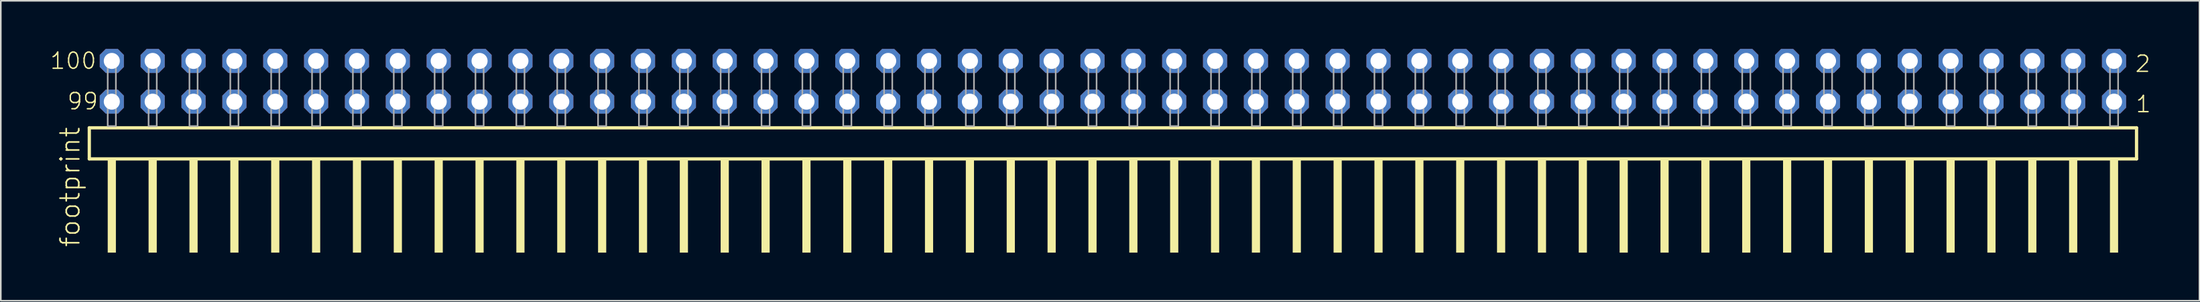
<source format=kicad_pcb>
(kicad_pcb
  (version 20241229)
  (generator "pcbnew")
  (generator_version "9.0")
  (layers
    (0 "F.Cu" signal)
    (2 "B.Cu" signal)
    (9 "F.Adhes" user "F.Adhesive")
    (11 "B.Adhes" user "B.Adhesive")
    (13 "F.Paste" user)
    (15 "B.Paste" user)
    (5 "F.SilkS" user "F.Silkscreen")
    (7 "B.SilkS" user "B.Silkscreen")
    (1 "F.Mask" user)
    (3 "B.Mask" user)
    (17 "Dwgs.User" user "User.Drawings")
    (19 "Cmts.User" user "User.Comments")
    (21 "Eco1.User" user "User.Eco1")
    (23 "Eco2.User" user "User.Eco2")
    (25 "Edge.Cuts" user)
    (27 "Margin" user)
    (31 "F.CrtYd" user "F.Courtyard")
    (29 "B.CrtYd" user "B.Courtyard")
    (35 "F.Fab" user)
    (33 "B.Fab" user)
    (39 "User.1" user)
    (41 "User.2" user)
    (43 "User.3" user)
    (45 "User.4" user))
  (footprint "footprint"
    (layer "F.Cu")
    (at 66.13 4.814)
    (property "Reference" "footprint" (at -64.135 7.62 90) (layer "F.SilkS") (effects (font (size 1.168 1.168) (thickness 0.102)) (justify left bottom)))
    (fp_line (start -63.629 0.106) (end -63.629 2.046) (stroke (width 0.203) (type solid)) (layer "F.SilkS"))
    (fp_line (start -63.629 2.046) (end 63.629 2.046) (stroke (width 0.203) (type solid)) (layer "F.SilkS"))
    (fp_line (start 63.629 0.106) (end -63.629 0.106) (stroke (width 0.203) (type solid)) (layer "F.SilkS"))
    (fp_line (start 63.629 2.046) (end 63.629 0.106) (stroke (width 0.203) (type solid)) (layer "F.SilkS"))
    (fp_poly (pts (xy -62.484 7.89) (xy -61.976 7.89) (xy -61.976 2.04) (xy -62.484 2.04)) (stroke (width 0) (type solid)) (fill yes) (layer "F.SilkS"))
    (fp_poly (pts (xy -59.944 7.89) (xy -59.436 7.89) (xy -59.436 2.04) (xy -59.944 2.04)) (stroke (width 0) (type solid)) (fill yes) (layer "F.SilkS"))
    (fp_poly (pts (xy -57.404 7.89) (xy -56.896 7.89) (xy -56.896 2.04) (xy -57.404 2.04)) (stroke (width 0) (type solid)) (fill yes) (layer "F.SilkS"))
    (fp_poly (pts (xy -54.864 7.89) (xy -54.356 7.89) (xy -54.356 2.04) (xy -54.864 2.04)) (stroke (width 0) (type solid)) (fill yes) (layer "F.SilkS"))
    (fp_poly (pts (xy -52.324 7.89) (xy -51.816 7.89) (xy -51.816 2.04) (xy -52.324 2.04)) (stroke (width 0) (type solid)) (fill yes) (layer "F.SilkS"))
    (fp_poly (pts (xy -49.784 7.89) (xy -49.276 7.89) (xy -49.276 2.04) (xy -49.784 2.04)) (stroke (width 0) (type solid)) (fill yes) (layer "F.SilkS"))
    (fp_poly (pts (xy -47.244 7.89) (xy -46.736 7.89) (xy -46.736 2.04) (xy -47.244 2.04)) (stroke (width 0) (type solid)) (fill yes) (layer "F.SilkS"))
    (fp_poly (pts (xy -44.704 7.89) (xy -44.196 7.89) (xy -44.196 2.04) (xy -44.704 2.04)) (stroke (width 0) (type solid)) (fill yes) (layer "F.SilkS"))
    (fp_poly (pts (xy -42.164 7.89) (xy -41.656 7.89) (xy -41.656 2.04) (xy -42.164 2.04)) (stroke (width 0) (type solid)) (fill yes) (layer "F.SilkS"))
    (fp_poly (pts (xy -39.624 7.89) (xy -39.116 7.89) (xy -39.116 2.04) (xy -39.624 2.04)) (stroke (width 0) (type solid)) (fill yes) (layer "F.SilkS"))
    (fp_poly (pts (xy -37.084 7.89) (xy -36.576 7.89) (xy -36.576 2.04) (xy -37.084 2.04)) (stroke (width 0) (type solid)) (fill yes) (layer "F.SilkS"))
    (fp_poly (pts (xy -34.544 7.89) (xy -34.036 7.89) (xy -34.036 2.04) (xy -34.544 2.04)) (stroke (width 0) (type solid)) (fill yes) (layer "F.SilkS"))
    (fp_poly (pts (xy -32.004 7.89) (xy -31.496 7.89) (xy -31.496 2.04) (xy -32.004 2.04)) (stroke (width 0) (type solid)) (fill yes) (layer "F.SilkS"))
    (fp_poly (pts (xy -29.464 7.89) (xy -28.956 7.89) (xy -28.956 2.04) (xy -29.464 2.04)) (stroke (width 0) (type solid)) (fill yes) (layer "F.SilkS"))
    (fp_poly (pts (xy -26.924 7.89) (xy -26.416 7.89) (xy -26.416 2.04) (xy -26.924 2.04)) (stroke (width 0) (type solid)) (fill yes) (layer "F.SilkS"))
    (fp_poly (pts (xy -24.384 7.89) (xy -23.876 7.89) (xy -23.876 2.04) (xy -24.384 2.04)) (stroke (width 0) (type solid)) (fill yes) (layer "F.SilkS"))
    (fp_poly (pts (xy -21.844 7.89) (xy -21.336 7.89) (xy -21.336 2.04) (xy -21.844 2.04)) (stroke (width 0) (type solid)) (fill yes) (layer "F.SilkS"))
    (fp_poly (pts (xy -19.304 7.89) (xy -18.796 7.89) (xy -18.796 2.04) (xy -19.304 2.04)) (stroke (width 0) (type solid)) (fill yes) (layer "F.SilkS"))
    (fp_poly (pts (xy -16.764 7.89) (xy -16.256 7.89) (xy -16.256 2.04) (xy -16.764 2.04)) (stroke (width 0) (type solid)) (fill yes) (layer "F.SilkS"))
    (fp_poly (pts (xy -14.224 7.89) (xy -13.716 7.89) (xy -13.716 2.04) (xy -14.224 2.04)) (stroke (width 0) (type solid)) (fill yes) (layer "F.SilkS"))
    (fp_poly (pts (xy -11.684 7.89) (xy -11.176 7.89) (xy -11.176 2.04) (xy -11.684 2.04)) (stroke (width 0) (type solid)) (fill yes) (layer "F.SilkS"))
    (fp_poly (pts (xy -9.144 7.89) (xy -8.636 7.89) (xy -8.636 2.04) (xy -9.144 2.04)) (stroke (width 0) (type solid)) (fill yes) (layer "F.SilkS"))
    (fp_poly (pts (xy -6.604 7.89) (xy -6.096 7.89) (xy -6.096 2.04) (xy -6.604 2.04)) (stroke (width 0) (type solid)) (fill yes) (layer "F.SilkS"))
    (fp_poly (pts (xy -4.064 7.89) (xy -3.556 7.89) (xy -3.556 2.04) (xy -4.064 2.04)) (stroke (width 0) (type solid)) (fill yes) (layer "F.SilkS"))
    (fp_poly (pts (xy -1.524 7.89) (xy -1.016 7.89) (xy -1.016 2.04) (xy -1.524 2.04)) (stroke (width 0) (type solid)) (fill yes) (layer "F.SilkS"))
    (fp_poly (pts (xy 1.016 7.89) (xy 1.524 7.89) (xy 1.524 2.04) (xy 1.016 2.04)) (stroke (width 0) (type solid)) (fill yes) (layer "F.SilkS"))
    (fp_poly (pts (xy 3.556 7.89) (xy 4.064 7.89) (xy 4.064 2.04) (xy 3.556 2.04)) (stroke (width 0) (type solid)) (fill yes) (layer "F.SilkS"))
    (fp_poly (pts (xy 6.096 7.89) (xy 6.604 7.89) (xy 6.604 2.04) (xy 6.096 2.04)) (stroke (width 0) (type solid)) (fill yes) (layer "F.SilkS"))
    (fp_poly (pts (xy 8.636 7.89) (xy 9.144 7.89) (xy 9.144 2.04) (xy 8.636 2.04)) (stroke (width 0) (type solid)) (fill yes) (layer "F.SilkS"))
    (fp_poly (pts (xy 11.176 7.89) (xy 11.684 7.89) (xy 11.684 2.04) (xy 11.176 2.04)) (stroke (width 0) (type solid)) (fill yes) (layer "F.SilkS"))
    (fp_poly (pts (xy 13.716 7.89) (xy 14.224 7.89) (xy 14.224 2.04) (xy 13.716 2.04)) (stroke (width 0) (type solid)) (fill yes) (layer "F.SilkS"))
    (fp_poly (pts (xy 16.256 7.89) (xy 16.764 7.89) (xy 16.764 2.04) (xy 16.256 2.04)) (stroke (width 0) (type solid)) (fill yes) (layer "F.SilkS"))
    (fp_poly (pts (xy 18.796 7.89) (xy 19.304 7.89) (xy 19.304 2.04) (xy 18.796 2.04)) (stroke (width 0) (type solid)) (fill yes) (layer "F.SilkS"))
    (fp_poly (pts (xy 21.336 7.89) (xy 21.844 7.89) (xy 21.844 2.04) (xy 21.336 2.04)) (stroke (width 0) (type solid)) (fill yes) (layer "F.SilkS"))
    (fp_poly (pts (xy 23.876 7.89) (xy 24.384 7.89) (xy 24.384 2.04) (xy 23.876 2.04)) (stroke (width 0) (type solid)) (fill yes) (layer "F.SilkS"))
    (fp_poly (pts (xy 26.416 7.89) (xy 26.924 7.89) (xy 26.924 2.04) (xy 26.416 2.04)) (stroke (width 0) (type solid)) (fill yes) (layer "F.SilkS"))
    (fp_poly (pts (xy 28.956 7.89) (xy 29.464 7.89) (xy 29.464 2.04) (xy 28.956 2.04)) (stroke (width 0) (type solid)) (fill yes) (layer "F.SilkS"))
    (fp_poly (pts (xy 31.496 7.89) (xy 32.004 7.89) (xy 32.004 2.04) (xy 31.496 2.04)) (stroke (width 0) (type solid)) (fill yes) (layer "F.SilkS"))
    (fp_poly (pts (xy 34.036 7.89) (xy 34.544 7.89) (xy 34.544 2.04) (xy 34.036 2.04)) (stroke (width 0) (type solid)) (fill yes) (layer "F.SilkS"))
    (fp_poly (pts (xy 36.576 7.89) (xy 37.084 7.89) (xy 37.084 2.04) (xy 36.576 2.04)) (stroke (width 0) (type solid)) (fill yes) (layer "F.SilkS"))
    (fp_poly (pts (xy 39.116 7.89) (xy 39.624 7.89) (xy 39.624 2.04) (xy 39.116 2.04)) (stroke (width 0) (type solid)) (fill yes) (layer "F.SilkS"))
    (fp_poly (pts (xy 41.656 7.89) (xy 42.164 7.89) (xy 42.164 2.04) (xy 41.656 2.04)) (stroke (width 0) (type solid)) (fill yes) (layer "F.SilkS"))
    (fp_poly (pts (xy 44.196 7.89) (xy 44.704 7.89) (xy 44.704 2.04) (xy 44.196 2.04)) (stroke (width 0) (type solid)) (fill yes) (layer "F.SilkS"))
    (fp_poly (pts (xy 46.736 7.89) (xy 47.244 7.89) (xy 47.244 2.04) (xy 46.736 2.04)) (stroke (width 0) (type solid)) (fill yes) (layer "F.SilkS"))
    (fp_poly (pts (xy 49.276 7.89) (xy 49.784 7.89) (xy 49.784 2.04) (xy 49.276 2.04)) (stroke (width 0) (type solid)) (fill yes) (layer "F.SilkS"))
    (fp_poly (pts (xy 51.816 7.89) (xy 52.324 7.89) (xy 52.324 2.04) (xy 51.816 2.04)) (stroke (width 0) (type solid)) (fill yes) (layer "F.SilkS"))
    (fp_poly (pts (xy 54.356 7.89) (xy 54.864 7.89) (xy 54.864 2.04) (xy 54.356 2.04)) (stroke (width 0) (type solid)) (fill yes) (layer "F.SilkS"))
    (fp_poly (pts (xy 56.896 7.89) (xy 57.404 7.89) (xy 57.404 2.04) (xy 56.896 2.04)) (stroke (width 0) (type solid)) (fill yes) (layer "F.SilkS"))
    (fp_poly (pts (xy 59.436 7.89) (xy 59.944 7.89) (xy 59.944 2.04) (xy 59.436 2.04)) (stroke (width 0) (type solid)) (fill yes) (layer "F.SilkS"))
    (fp_poly (pts (xy 61.976 7.89) (xy 62.484 7.89) (xy 62.484 2.04) (xy 61.976 2.04)) (stroke (width 0) (type solid)) (fill yes) (layer "F.SilkS"))
    (fp_poly (pts (xy -62.484 0) (xy -61.976 0) (xy -61.976 -4.318) (xy -62.484 -4.318)) (stroke (width 0.1) (type solid)) (fill no) (layer "F.Fab"))
    (fp_poly (pts (xy -59.944 0) (xy -59.436 0) (xy -59.436 -4.318) (xy -59.944 -4.318)) (stroke (width 0.1) (type solid)) (fill no) (layer "F.Fab"))
    (fp_poly (pts (xy -57.404 0) (xy -56.896 0) (xy -56.896 -4.318) (xy -57.404 -4.318)) (stroke (width 0.1) (type solid)) (fill no) (layer "F.Fab"))
    (fp_poly (pts (xy -54.864 0) (xy -54.356 0) (xy -54.356 -4.318) (xy -54.864 -4.318)) (stroke (width 0.1) (type solid)) (fill no) (layer "F.Fab"))
    (fp_poly (pts (xy -52.324 0) (xy -51.816 0) (xy -51.816 -4.318) (xy -52.324 -4.318)) (stroke (width 0.1) (type solid)) (fill no) (layer "F.Fab"))
    (fp_poly (pts (xy -49.784 0) (xy -49.276 0) (xy -49.276 -4.318) (xy -49.784 -4.318)) (stroke (width 0.1) (type solid)) (fill no) (layer "F.Fab"))
    (fp_poly (pts (xy -47.244 0) (xy -46.736 0) (xy -46.736 -4.318) (xy -47.244 -4.318)) (stroke (width 0.1) (type solid)) (fill no) (layer "F.Fab"))
    (fp_poly (pts (xy -44.704 0) (xy -44.196 0) (xy -44.196 -4.318) (xy -44.704 -4.318)) (stroke (width 0.1) (type solid)) (fill no) (layer "F.Fab"))
    (fp_poly (pts (xy -42.164 0) (xy -41.656 0) (xy -41.656 -4.318) (xy -42.164 -4.318)) (stroke (width 0.1) (type solid)) (fill no) (layer "F.Fab"))
    (fp_poly (pts (xy -39.624 0) (xy -39.116 0) (xy -39.116 -4.318) (xy -39.624 -4.318)) (stroke (width 0.1) (type solid)) (fill no) (layer "F.Fab"))
    (fp_poly (pts (xy -37.084 0) (xy -36.576 0) (xy -36.576 -4.318) (xy -37.084 -4.318)) (stroke (width 0.1) (type solid)) (fill no) (layer "F.Fab"))
    (fp_poly (pts (xy -34.544 0) (xy -34.036 0) (xy -34.036 -4.318) (xy -34.544 -4.318)) (stroke (width 0.1) (type solid)) (fill no) (layer "F.Fab"))
    (fp_poly (pts (xy -32.004 0) (xy -31.496 0) (xy -31.496 -4.318) (xy -32.004 -4.318)) (stroke (width 0.1) (type solid)) (fill no) (layer "F.Fab"))
    (fp_poly (pts (xy -29.464 0) (xy -28.956 0) (xy -28.956 -4.318) (xy -29.464 -4.318)) (stroke (width 0.1) (type solid)) (fill no) (layer "F.Fab"))
    (fp_poly (pts (xy -26.924 0) (xy -26.416 0) (xy -26.416 -4.318) (xy -26.924 -4.318)) (stroke (width 0.1) (type solid)) (fill no) (layer "F.Fab"))
    (fp_poly (pts (xy -24.384 0) (xy -23.876 0) (xy -23.876 -4.318) (xy -24.384 -4.318)) (stroke (width 0.1) (type solid)) (fill no) (layer "F.Fab"))
    (fp_poly (pts (xy -21.844 0) (xy -21.336 0) (xy -21.336 -4.318) (xy -21.844 -4.318)) (stroke (width 0.1) (type solid)) (fill no) (layer "F.Fab"))
    (fp_poly (pts (xy -19.304 0) (xy -18.796 0) (xy -18.796 -4.318) (xy -19.304 -4.318)) (stroke (width 0.1) (type solid)) (fill no) (layer "F.Fab"))
    (fp_poly (pts (xy -16.764 0) (xy -16.256 0) (xy -16.256 -4.318) (xy -16.764 -4.318)) (stroke (width 0.1) (type solid)) (fill no) (layer "F.Fab"))
    (fp_poly (pts (xy -14.224 0) (xy -13.716 0) (xy -13.716 -4.318) (xy -14.224 -4.318)) (stroke (width 0.1) (type solid)) (fill no) (layer "F.Fab"))
    (fp_poly (pts (xy -11.684 0) (xy -11.176 0) (xy -11.176 -4.318) (xy -11.684 -4.318)) (stroke (width 0.1) (type solid)) (fill no) (layer "F.Fab"))
    (fp_poly (pts (xy -9.144 0) (xy -8.636 0) (xy -8.636 -4.318) (xy -9.144 -4.318)) (stroke (width 0.1) (type solid)) (fill no) (layer "F.Fab"))
    (fp_poly (pts (xy -6.604 0) (xy -6.096 0) (xy -6.096 -4.318) (xy -6.604 -4.318)) (stroke (width 0.1) (type solid)) (fill no) (layer "F.Fab"))
    (fp_poly (pts (xy -4.064 0) (xy -3.556 0) (xy -3.556 -4.318) (xy -4.064 -4.318)) (stroke (width 0.1) (type solid)) (fill no) (layer "F.Fab"))
    (fp_poly (pts (xy -1.524 0) (xy -1.016 0) (xy -1.016 -4.318) (xy -1.524 -4.318)) (stroke (width 0.1) (type solid)) (fill no) (layer "F.Fab"))
    (fp_poly (pts (xy 1.016 0) (xy 1.524 0) (xy 1.524 -4.318) (xy 1.016 -4.318)) (stroke (width 0.1) (type solid)) (fill no) (layer "F.Fab"))
    (fp_poly (pts (xy 3.556 0) (xy 4.064 0) (xy 4.064 -4.318) (xy 3.556 -4.318)) (stroke (width 0.1) (type solid)) (fill no) (layer "F.Fab"))
    (fp_poly (pts (xy 6.096 0) (xy 6.604 0) (xy 6.604 -4.318) (xy 6.096 -4.318)) (stroke (width 0.1) (type solid)) (fill no) (layer "F.Fab"))
    (fp_poly (pts (xy 8.636 0) (xy 9.144 0) (xy 9.144 -4.318) (xy 8.636 -4.318)) (stroke (width 0.1) (type solid)) (fill no) (layer "F.Fab"))
    (fp_poly (pts (xy 11.176 0) (xy 11.684 0) (xy 11.684 -4.318) (xy 11.176 -4.318)) (stroke (width 0.1) (type solid)) (fill no) (layer "F.Fab"))
    (fp_poly (pts (xy 13.716 0) (xy 14.224 0) (xy 14.224 -4.318) (xy 13.716 -4.318)) (stroke (width 0.1) (type solid)) (fill no) (layer "F.Fab"))
    (fp_poly (pts (xy 16.256 0) (xy 16.764 0) (xy 16.764 -4.318) (xy 16.256 -4.318)) (stroke (width 0.1) (type solid)) (fill no) (layer "F.Fab"))
    (fp_poly (pts (xy 18.796 0) (xy 19.304 0) (xy 19.304 -4.318) (xy 18.796 -4.318)) (stroke (width 0.1) (type solid)) (fill no) (layer "F.Fab"))
    (fp_poly (pts (xy 21.336 0) (xy 21.844 0) (xy 21.844 -4.318) (xy 21.336 -4.318)) (stroke (width 0.1) (type solid)) (fill no) (layer "F.Fab"))
    (fp_poly (pts (xy 23.876 0) (xy 24.384 0) (xy 24.384 -4.318) (xy 23.876 -4.318)) (stroke (width 0.1) (type solid)) (fill no) (layer "F.Fab"))
    (fp_poly (pts (xy 26.416 0) (xy 26.924 0) (xy 26.924 -4.318) (xy 26.416 -4.318)) (stroke (width 0.1) (type solid)) (fill no) (layer "F.Fab"))
    (fp_poly (pts (xy 28.956 0) (xy 29.464 0) (xy 29.464 -4.318) (xy 28.956 -4.318)) (stroke (width 0.1) (type solid)) (fill no) (layer "F.Fab"))
    (fp_poly (pts (xy 31.496 0) (xy 32.004 0) (xy 32.004 -4.318) (xy 31.496 -4.318)) (stroke (width 0.1) (type solid)) (fill no) (layer "F.Fab"))
    (fp_poly (pts (xy 34.036 0) (xy 34.544 0) (xy 34.544 -4.318) (xy 34.036 -4.318)) (stroke (width 0.1) (type solid)) (fill no) (layer "F.Fab"))
    (fp_poly (pts (xy 36.576 0) (xy 37.084 0) (xy 37.084 -4.318) (xy 36.576 -4.318)) (stroke (width 0.1) (type solid)) (fill no) (layer "F.Fab"))
    (fp_poly (pts (xy 39.116 0) (xy 39.624 0) (xy 39.624 -4.318) (xy 39.116 -4.318)) (stroke (width 0.1) (type solid)) (fill no) (layer "F.Fab"))
    (fp_poly (pts (xy 41.656 0) (xy 42.164 0) (xy 42.164 -4.318) (xy 41.656 -4.318)) (stroke (width 0.1) (type solid)) (fill no) (layer "F.Fab"))
    (fp_poly (pts (xy 44.196 0) (xy 44.704 0) (xy 44.704 -4.318) (xy 44.196 -4.318)) (stroke (width 0.1) (type solid)) (fill no) (layer "F.Fab"))
    (fp_poly (pts (xy 46.736 0) (xy 47.244 0) (xy 47.244 -4.318) (xy 46.736 -4.318)) (stroke (width 0.1) (type solid)) (fill no) (layer "F.Fab"))
    (fp_poly (pts (xy 49.276 0) (xy 49.784 0) (xy 49.784 -4.318) (xy 49.276 -4.318)) (stroke (width 0.1) (type solid)) (fill no) (layer "F.Fab"))
    (fp_poly (pts (xy 51.816 0) (xy 52.324 0) (xy 52.324 -4.318) (xy 51.816 -4.318)) (stroke (width 0.1) (type solid)) (fill no) (layer "F.Fab"))
    (fp_poly (pts (xy 54.356 0) (xy 54.864 0) (xy 54.864 -4.318) (xy 54.356 -4.318)) (stroke (width 0.1) (type solid)) (fill no) (layer "F.Fab"))
    (fp_poly (pts (xy 56.896 0) (xy 57.404 0) (xy 57.404 -4.318) (xy 56.896 -4.318)) (stroke (width 0.1) (type solid)) (fill no) (layer "F.Fab"))
    (fp_poly (pts (xy 59.436 0) (xy 59.944 0) (xy 59.944 -4.318) (xy 59.436 -4.318)) (stroke (width 0.1) (type solid)) (fill no) (layer "F.Fab"))
    (fp_poly (pts (xy 61.976 0) (xy 62.484 0) (xy 62.484 -4.318) (xy 61.976 -4.318)) (stroke (width 0.1) (type solid)) (fill no) (layer "F.Fab"))
    (fp_text user "1" (at 63.515 -0.775 0) (layer "F.SilkS") (effects (font (size 1.012 1.012) (thickness 0.088)) (justify left bottom)))
    (fp_text user "100" (at -66.13 -3.48 0) (layer "F.SilkS") (effects (font (size 1.012 1.012) (thickness 0.088)) (justify left bottom)))
    (fp_text user "2" (at 63.48 -3.29 0) (layer "F.SilkS") (effects (font (size 1.012 1.012) (thickness 0.088)) (justify left bottom)))
    (fp_text user "99" (at -65.06 -0.955 0) (layer "F.SilkS") (effects (font (size 1.012 1.012) (thickness 0.088)) (justify left bottom)))
    (pad "1" thru_hole roundrect (at 62.23 -1.524 180) (size 1.5 1.5) (drill 1) (layers "*.Cu" "*.Mask") (roundrect_rratio 0.25) (chamfer_ratio 0.25) (chamfer top_left top_right bottom_left bottom_right))
    (pad "2" thru_hole roundrect (at 62.23 -4.064 180) (size 1.5 1.5) (drill 1) (layers "*.Cu" "*.Mask") (roundrect_rratio 0.25) (chamfer_ratio 0.25) (chamfer top_left top_right bottom_left bottom_right))
    (pad "3" thru_hole roundrect (at 59.69 -1.524 180) (size 1.5 1.5) (drill 1) (layers "*.Cu" "*.Mask") (roundrect_rratio 0.25) (chamfer_ratio 0.25) (chamfer top_left top_right bottom_left bottom_right))
    (pad "4" thru_hole roundrect (at 59.69 -4.064 180) (size 1.5 1.5) (drill 1) (layers "*.Cu" "*.Mask") (roundrect_rratio 0.25) (chamfer_ratio 0.25) (chamfer top_left top_right bottom_left bottom_right))
    (pad "5" thru_hole roundrect (at 57.15 -1.524 180) (size 1.5 1.5) (drill 1) (layers "*.Cu" "*.Mask") (roundrect_rratio 0.25) (chamfer_ratio 0.25) (chamfer top_left top_right bottom_left bottom_right))
    (pad "6" thru_hole roundrect (at 57.15 -4.064 180) (size 1.5 1.5) (drill 1) (layers "*.Cu" "*.Mask") (roundrect_rratio 0.25) (chamfer_ratio 0.25) (chamfer top_left top_right bottom_left bottom_right))
    (pad "7" thru_hole roundrect (at 54.61 -1.524 180) (size 1.5 1.5) (drill 1) (layers "*.Cu" "*.Mask") (roundrect_rratio 0.25) (chamfer_ratio 0.25) (chamfer top_left top_right bottom_left bottom_right))
    (pad "8" thru_hole roundrect (at 54.61 -4.064 180) (size 1.5 1.5) (drill 1) (layers "*.Cu" "*.Mask") (roundrect_rratio 0.25) (chamfer_ratio 0.25) (chamfer top_left top_right bottom_left bottom_right))
    (pad "9" thru_hole roundrect (at 52.07 -1.524 180) (size 1.5 1.5) (drill 1) (layers "*.Cu" "*.Mask") (roundrect_rratio 0.25) (chamfer_ratio 0.25) (chamfer top_left top_right bottom_left bottom_right))
    (pad "10" thru_hole roundrect (at 52.07 -4.064 180) (size 1.5 1.5) (drill 1) (layers "*.Cu" "*.Mask") (roundrect_rratio 0.25) (chamfer_ratio 0.25) (chamfer top_left top_right bottom_left bottom_right))
    (pad "11" thru_hole roundrect (at 49.53 -1.524 180) (size 1.5 1.5) (drill 1) (layers "*.Cu" "*.Mask") (roundrect_rratio 0.25) (chamfer_ratio 0.25) (chamfer top_left top_right bottom_left bottom_right))
    (pad "12" thru_hole roundrect (at 49.53 -4.064 180) (size 1.5 1.5) (drill 1) (layers "*.Cu" "*.Mask") (roundrect_rratio 0.25) (chamfer_ratio 0.25) (chamfer top_left top_right bottom_left bottom_right))
    (pad "13" thru_hole roundrect (at 46.99 -1.524 180) (size 1.5 1.5) (drill 1) (layers "*.Cu" "*.Mask") (roundrect_rratio 0.25) (chamfer_ratio 0.25) (chamfer top_left top_right bottom_left bottom_right))
    (pad "14" thru_hole roundrect (at 46.99 -4.064 180) (size 1.5 1.5) (drill 1) (layers "*.Cu" "*.Mask") (roundrect_rratio 0.25) (chamfer_ratio 0.25) (chamfer top_left top_right bottom_left bottom_right))
    (pad "15" thru_hole roundrect (at 44.45 -1.524 180) (size 1.5 1.5) (drill 1) (layers "*.Cu" "*.Mask") (roundrect_rratio 0.25) (chamfer_ratio 0.25) (chamfer top_left top_right bottom_left bottom_right))
    (pad "16" thru_hole roundrect (at 44.45 -4.064 180) (size 1.5 1.5) (drill 1) (layers "*.Cu" "*.Mask") (roundrect_rratio 0.25) (chamfer_ratio 0.25) (chamfer top_left top_right bottom_left bottom_right))
    (pad "17" thru_hole roundrect (at 41.91 -1.524 180) (size 1.5 1.5) (drill 1) (layers "*.Cu" "*.Mask") (roundrect_rratio 0.25) (chamfer_ratio 0.25) (chamfer top_left top_right bottom_left bottom_right))
    (pad "18" thru_hole roundrect (at 41.91 -4.064 180) (size 1.5 1.5) (drill 1) (layers "*.Cu" "*.Mask") (roundrect_rratio 0.25) (chamfer_ratio 0.25) (chamfer top_left top_right bottom_left bottom_right))
    (pad "19" thru_hole roundrect (at 39.37 -1.524 180) (size 1.5 1.5) (drill 1) (layers "*.Cu" "*.Mask") (roundrect_rratio 0.25) (chamfer_ratio 0.25) (chamfer top_left top_right bottom_left bottom_right))
    (pad "20" thru_hole roundrect (at 39.37 -4.064 180) (size 1.5 1.5) (drill 1) (layers "*.Cu" "*.Mask") (roundrect_rratio 0.25) (chamfer_ratio 0.25) (chamfer top_left top_right bottom_left bottom_right))
    (pad "21" thru_hole roundrect (at 36.83 -1.524 180) (size 1.5 1.5) (drill 1) (layers "*.Cu" "*.Mask") (roundrect_rratio 0.25) (chamfer_ratio 0.25) (chamfer top_left top_right bottom_left bottom_right))
    (pad "22" thru_hole roundrect (at 36.83 -4.064 180) (size 1.5 1.5) (drill 1) (layers "*.Cu" "*.Mask") (roundrect_rratio 0.25) (chamfer_ratio 0.25) (chamfer top_left top_right bottom_left bottom_right))
    (pad "23" thru_hole roundrect (at 34.29 -1.524 180) (size 1.5 1.5) (drill 1) (layers "*.Cu" "*.Mask") (roundrect_rratio 0.25) (chamfer_ratio 0.25) (chamfer top_left top_right bottom_left bottom_right))
    (pad "24" thru_hole roundrect (at 34.29 -4.064 180) (size 1.5 1.5) (drill 1) (layers "*.Cu" "*.Mask") (roundrect_rratio 0.25) (chamfer_ratio 0.25) (chamfer top_left top_right bottom_left bottom_right))
    (pad "25" thru_hole roundrect (at 31.75 -1.524 180) (size 1.5 1.5) (drill 1) (layers "*.Cu" "*.Mask") (roundrect_rratio 0.25) (chamfer_ratio 0.25) (chamfer top_left top_right bottom_left bottom_right))
    (pad "26" thru_hole roundrect (at 31.75 -4.064 180) (size 1.5 1.5) (drill 1) (layers "*.Cu" "*.Mask") (roundrect_rratio 0.25) (chamfer_ratio 0.25) (chamfer top_left top_right bottom_left bottom_right))
    (pad "27" thru_hole roundrect (at 29.21 -1.524 180) (size 1.5 1.5) (drill 1) (layers "*.Cu" "*.Mask") (roundrect_rratio 0.25) (chamfer_ratio 0.25) (chamfer top_left top_right bottom_left bottom_right))
    (pad "28" thru_hole roundrect (at 29.21 -4.064 180) (size 1.5 1.5) (drill 1) (layers "*.Cu" "*.Mask") (roundrect_rratio 0.25) (chamfer_ratio 0.25) (chamfer top_left top_right bottom_left bottom_right))
    (pad "29" thru_hole roundrect (at 26.67 -1.524 180) (size 1.5 1.5) (drill 1) (layers "*.Cu" "*.Mask") (roundrect_rratio 0.25) (chamfer_ratio 0.25) (chamfer top_left top_right bottom_left bottom_right))
    (pad "30" thru_hole roundrect (at 26.67 -4.064 180) (size 1.5 1.5) (drill 1) (layers "*.Cu" "*.Mask") (roundrect_rratio 0.25) (chamfer_ratio 0.25) (chamfer top_left top_right bottom_left bottom_right))
    (pad "31" thru_hole roundrect (at 24.13 -1.524 180) (size 1.5 1.5) (drill 1) (layers "*.Cu" "*.Mask") (roundrect_rratio 0.25) (chamfer_ratio 0.25) (chamfer top_left top_right bottom_left bottom_right))
    (pad "32" thru_hole roundrect (at 24.13 -4.064 180) (size 1.5 1.5) (drill 1) (layers "*.Cu" "*.Mask") (roundrect_rratio 0.25) (chamfer_ratio 0.25) (chamfer top_left top_right bottom_left bottom_right))
    (pad "33" thru_hole roundrect (at 21.59 -1.524 180) (size 1.5 1.5) (drill 1) (layers "*.Cu" "*.Mask") (roundrect_rratio 0.25) (chamfer_ratio 0.25) (chamfer top_left top_right bottom_left bottom_right))
    (pad "34" thru_hole roundrect (at 21.59 -4.064 180) (size 1.5 1.5) (drill 1) (layers "*.Cu" "*.Mask") (roundrect_rratio 0.25) (chamfer_ratio 0.25) (chamfer top_left top_right bottom_left bottom_right))
    (pad "35" thru_hole roundrect (at 19.05 -1.524 180) (size 1.5 1.5) (drill 1) (layers "*.Cu" "*.Mask") (roundrect_rratio 0.25) (chamfer_ratio 0.25) (chamfer top_left top_right bottom_left bottom_right))
    (pad "36" thru_hole roundrect (at 19.05 -4.064 180) (size 1.5 1.5) (drill 1) (layers "*.Cu" "*.Mask") (roundrect_rratio 0.25) (chamfer_ratio 0.25) (chamfer top_left top_right bottom_left bottom_right))
    (pad "37" thru_hole roundrect (at 16.51 -1.524 180) (size 1.5 1.5) (drill 1) (layers "*.Cu" "*.Mask") (roundrect_rratio 0.25) (chamfer_ratio 0.25) (chamfer top_left top_right bottom_left bottom_right))
    (pad "38" thru_hole roundrect (at 16.51 -4.064 180) (size 1.5 1.5) (drill 1) (layers "*.Cu" "*.Mask") (roundrect_rratio 0.25) (chamfer_ratio 0.25) (chamfer top_left top_right bottom_left bottom_right))
    (pad "39" thru_hole roundrect (at 13.97 -1.524 180) (size 1.5 1.5) (drill 1) (layers "*.Cu" "*.Mask") (roundrect_rratio 0.25) (chamfer_ratio 0.25) (chamfer top_left top_right bottom_left bottom_right))
    (pad "40" thru_hole roundrect (at 13.97 -4.064 180) (size 1.5 1.5) (drill 1) (layers "*.Cu" "*.Mask") (roundrect_rratio 0.25) (chamfer_ratio 0.25) (chamfer top_left top_right bottom_left bottom_right))
    (pad "41" thru_hole roundrect (at 11.43 -1.524 180) (size 1.5 1.5) (drill 1) (layers "*.Cu" "*.Mask") (roundrect_rratio 0.25) (chamfer_ratio 0.25) (chamfer top_left top_right bottom_left bottom_right))
    (pad "42" thru_hole roundrect (at 11.43 -4.064 180) (size 1.5 1.5) (drill 1) (layers "*.Cu" "*.Mask") (roundrect_rratio 0.25) (chamfer_ratio 0.25) (chamfer top_left top_right bottom_left bottom_right))
    (pad "43" thru_hole roundrect (at 8.89 -1.524 180) (size 1.5 1.5) (drill 1) (layers "*.Cu" "*.Mask") (roundrect_rratio 0.25) (chamfer_ratio 0.25) (chamfer top_left top_right bottom_left bottom_right))
    (pad "44" thru_hole roundrect (at 8.89 -4.064 180) (size 1.5 1.5) (drill 1) (layers "*.Cu" "*.Mask") (roundrect_rratio 0.25) (chamfer_ratio 0.25) (chamfer top_left top_right bottom_left bottom_right))
    (pad "45" thru_hole roundrect (at 6.35 -1.524 180) (size 1.5 1.5) (drill 1) (layers "*.Cu" "*.Mask") (roundrect_rratio 0.25) (chamfer_ratio 0.25) (chamfer top_left top_right bottom_left bottom_right))
    (pad "46" thru_hole roundrect (at 6.35 -4.064 180) (size 1.5 1.5) (drill 1) (layers "*.Cu" "*.Mask") (roundrect_rratio 0.25) (chamfer_ratio 0.25) (chamfer top_left top_right bottom_left bottom_right))
    (pad "47" thru_hole roundrect (at 3.81 -1.524 180) (size 1.5 1.5) (drill 1) (layers "*.Cu" "*.Mask") (roundrect_rratio 0.25) (chamfer_ratio 0.25) (chamfer top_left top_right bottom_left bottom_right))
    (pad "48" thru_hole roundrect (at 3.81 -4.064 180) (size 1.5 1.5) (drill 1) (layers "*.Cu" "*.Mask") (roundrect_rratio 0.25) (chamfer_ratio 0.25) (chamfer top_left top_right bottom_left bottom_right))
    (pad "49" thru_hole roundrect (at 1.27 -1.524 180) (size 1.5 1.5) (drill 1) (layers "*.Cu" "*.Mask") (roundrect_rratio 0.25) (chamfer_ratio 0.25) (chamfer top_left top_right bottom_left bottom_right))
    (pad "50" thru_hole roundrect (at 1.27 -4.064 180) (size 1.5 1.5) (drill 1) (layers "*.Cu" "*.Mask") (roundrect_rratio 0.25) (chamfer_ratio 0.25) (chamfer top_left top_right bottom_left bottom_right))
    (pad "51" thru_hole roundrect (at -1.27 -1.524 180) (size 1.5 1.5) (drill 1) (layers "*.Cu" "*.Mask") (roundrect_rratio 0.25) (chamfer_ratio 0.25) (chamfer top_left top_right bottom_left bottom_right))
    (pad "52" thru_hole roundrect (at -1.27 -4.064 180) (size 1.5 1.5) (drill 1) (layers "*.Cu" "*.Mask") (roundrect_rratio 0.25) (chamfer_ratio 0.25) (chamfer top_left top_right bottom_left bottom_right))
    (pad "53" thru_hole roundrect (at -3.81 -1.524 180) (size 1.5 1.5) (drill 1) (layers "*.Cu" "*.Mask") (roundrect_rratio 0.25) (chamfer_ratio 0.25) (chamfer top_left top_right bottom_left bottom_right))
    (pad "54" thru_hole roundrect (at -3.81 -4.064 180) (size 1.5 1.5) (drill 1) (layers "*.Cu" "*.Mask") (roundrect_rratio 0.25) (chamfer_ratio 0.25) (chamfer top_left top_right bottom_left bottom_right))
    (pad "55" thru_hole roundrect (at -6.35 -1.524 180) (size 1.5 1.5) (drill 1) (layers "*.Cu" "*.Mask") (roundrect_rratio 0.25) (chamfer_ratio 0.25) (chamfer top_left top_right bottom_left bottom_right))
    (pad "56" thru_hole roundrect (at -6.35 -4.064 180) (size 1.5 1.5) (drill 1) (layers "*.Cu" "*.Mask") (roundrect_rratio 0.25) (chamfer_ratio 0.25) (chamfer top_left top_right bottom_left bottom_right))
    (pad "57" thru_hole roundrect (at -8.89 -1.524 180) (size 1.5 1.5) (drill 1) (layers "*.Cu" "*.Mask") (roundrect_rratio 0.25) (chamfer_ratio 0.25) (chamfer top_left top_right bottom_left bottom_right))
    (pad "58" thru_hole roundrect (at -8.89 -4.064 180) (size 1.5 1.5) (drill 1) (layers "*.Cu" "*.Mask") (roundrect_rratio 0.25) (chamfer_ratio 0.25) (chamfer top_left top_right bottom_left bottom_right))
    (pad "59" thru_hole roundrect (at -11.43 -1.524 180) (size 1.5 1.5) (drill 1) (layers "*.Cu" "*.Mask") (roundrect_rratio 0.25) (chamfer_ratio 0.25) (chamfer top_left top_right bottom_left bottom_right))
    (pad "60" thru_hole roundrect (at -11.43 -4.064 180) (size 1.5 1.5) (drill 1) (layers "*.Cu" "*.Mask") (roundrect_rratio 0.25) (chamfer_ratio 0.25) (chamfer top_left top_right bottom_left bottom_right))
    (pad "61" thru_hole roundrect (at -13.97 -1.524 180) (size 1.5 1.5) (drill 1) (layers "*.Cu" "*.Mask") (roundrect_rratio 0.25) (chamfer_ratio 0.25) (chamfer top_left top_right bottom_left bottom_right))
    (pad "62" thru_hole roundrect (at -13.97 -4.064 180) (size 1.5 1.5) (drill 1) (layers "*.Cu" "*.Mask") (roundrect_rratio 0.25) (chamfer_ratio 0.25) (chamfer top_left top_right bottom_left bottom_right))
    (pad "63" thru_hole roundrect (at -16.51 -1.524 180) (size 1.5 1.5) (drill 1) (layers "*.Cu" "*.Mask") (roundrect_rratio 0.25) (chamfer_ratio 0.25) (chamfer top_left top_right bottom_left bottom_right))
    (pad "64" thru_hole roundrect (at -16.51 -4.064 180) (size 1.5 1.5) (drill 1) (layers "*.Cu" "*.Mask") (roundrect_rratio 0.25) (chamfer_ratio 0.25) (chamfer top_left top_right bottom_left bottom_right))
    (pad "65" thru_hole roundrect (at -19.05 -1.524 180) (size 1.5 1.5) (drill 1) (layers "*.Cu" "*.Mask") (roundrect_rratio 0.25) (chamfer_ratio 0.25) (chamfer top_left top_right bottom_left bottom_right))
    (pad "66" thru_hole roundrect (at -19.05 -4.064 180) (size 1.5 1.5) (drill 1) (layers "*.Cu" "*.Mask") (roundrect_rratio 0.25) (chamfer_ratio 0.25) (chamfer top_left top_right bottom_left bottom_right))
    (pad "67" thru_hole roundrect (at -21.59 -1.524 180) (size 1.5 1.5) (drill 1) (layers "*.Cu" "*.Mask") (roundrect_rratio 0.25) (chamfer_ratio 0.25) (chamfer top_left top_right bottom_left bottom_right))
    (pad "68" thru_hole roundrect (at -21.59 -4.064 180) (size 1.5 1.5) (drill 1) (layers "*.Cu" "*.Mask") (roundrect_rratio 0.25) (chamfer_ratio 0.25) (chamfer top_left top_right bottom_left bottom_right))
    (pad "69" thru_hole roundrect (at -24.13 -1.524 180) (size 1.5 1.5) (drill 1) (layers "*.Cu" "*.Mask") (roundrect_rratio 0.25) (chamfer_ratio 0.25) (chamfer top_left top_right bottom_left bottom_right))
    (pad "70" thru_hole roundrect (at -24.13 -4.064 180) (size 1.5 1.5) (drill 1) (layers "*.Cu" "*.Mask") (roundrect_rratio 0.25) (chamfer_ratio 0.25) (chamfer top_left top_right bottom_left bottom_right))
    (pad "71" thru_hole roundrect (at -26.67 -1.524 180) (size 1.5 1.5) (drill 1) (layers "*.Cu" "*.Mask") (roundrect_rratio 0.25) (chamfer_ratio 0.25) (chamfer top_left top_right bottom_left bottom_right))
    (pad "72" thru_hole roundrect (at -26.67 -4.064 180) (size 1.5 1.5) (drill 1) (layers "*.Cu" "*.Mask") (roundrect_rratio 0.25) (chamfer_ratio 0.25) (chamfer top_left top_right bottom_left bottom_right))
    (pad "73" thru_hole roundrect (at -29.21 -1.524 180) (size 1.5 1.5) (drill 1) (layers "*.Cu" "*.Mask") (roundrect_rratio 0.25) (chamfer_ratio 0.25) (chamfer top_left top_right bottom_left bottom_right))
    (pad "74" thru_hole roundrect (at -29.21 -4.064 180) (size 1.5 1.5) (drill 1) (layers "*.Cu" "*.Mask") (roundrect_rratio 0.25) (chamfer_ratio 0.25) (chamfer top_left top_right bottom_left bottom_right))
    (pad "75" thru_hole roundrect (at -31.75 -1.524 180) (size 1.5 1.5) (drill 1) (layers "*.Cu" "*.Mask") (roundrect_rratio 0.25) (chamfer_ratio 0.25) (chamfer top_left top_right bottom_left bottom_right))
    (pad "76" thru_hole roundrect (at -31.75 -4.064 180) (size 1.5 1.5) (drill 1) (layers "*.Cu" "*.Mask") (roundrect_rratio 0.25) (chamfer_ratio 0.25) (chamfer top_left top_right bottom_left bottom_right))
    (pad "77" thru_hole roundrect (at -34.29 -1.524 180) (size 1.5 1.5) (drill 1) (layers "*.Cu" "*.Mask") (roundrect_rratio 0.25) (chamfer_ratio 0.25) (chamfer top_left top_right bottom_left bottom_right))
    (pad "78" thru_hole roundrect (at -34.29 -4.064 180) (size 1.5 1.5) (drill 1) (layers "*.Cu" "*.Mask") (roundrect_rratio 0.25) (chamfer_ratio 0.25) (chamfer top_left top_right bottom_left bottom_right))
    (pad "79" thru_hole roundrect (at -36.83 -1.524 180) (size 1.5 1.5) (drill 1) (layers "*.Cu" "*.Mask") (roundrect_rratio 0.25) (chamfer_ratio 0.25) (chamfer top_left top_right bottom_left bottom_right))
    (pad "80" thru_hole roundrect (at -36.83 -4.064 180) (size 1.5 1.5) (drill 1) (layers "*.Cu" "*.Mask") (roundrect_rratio 0.25) (chamfer_ratio 0.25) (chamfer top_left top_right bottom_left bottom_right))
    (pad "81" thru_hole roundrect (at -39.37 -1.524 180) (size 1.5 1.5) (drill 1) (layers "*.Cu" "*.Mask") (roundrect_rratio 0.25) (chamfer_ratio 0.25) (chamfer top_left top_right bottom_left bottom_right))
    (pad "82" thru_hole roundrect (at -39.37 -4.064 180) (size 1.5 1.5) (drill 1) (layers "*.Cu" "*.Mask") (roundrect_rratio 0.25) (chamfer_ratio 0.25) (chamfer top_left top_right bottom_left bottom_right))
    (pad "83" thru_hole roundrect (at -41.91 -1.524 180) (size 1.5 1.5) (drill 1) (layers "*.Cu" "*.Mask") (roundrect_rratio 0.25) (chamfer_ratio 0.25) (chamfer top_left top_right bottom_left bottom_right))
    (pad "84" thru_hole roundrect (at -41.91 -4.064 180) (size 1.5 1.5) (drill 1) (layers "*.Cu" "*.Mask") (roundrect_rratio 0.25) (chamfer_ratio 0.25) (chamfer top_left top_right bottom_left bottom_right))
    (pad "85" thru_hole roundrect (at -44.45 -1.524 180) (size 1.5 1.5) (drill 1) (layers "*.Cu" "*.Mask") (roundrect_rratio 0.25) (chamfer_ratio 0.25) (chamfer top_left top_right bottom_left bottom_right))
    (pad "86" thru_hole roundrect (at -44.45 -4.064 180) (size 1.5 1.5) (drill 1) (layers "*.Cu" "*.Mask") (roundrect_rratio 0.25) (chamfer_ratio 0.25) (chamfer top_left top_right bottom_left bottom_right))
    (pad "87" thru_hole roundrect (at -46.99 -1.524 180) (size 1.5 1.5) (drill 1) (layers "*.Cu" "*.Mask") (roundrect_rratio 0.25) (chamfer_ratio 0.25) (chamfer top_left top_right bottom_left bottom_right))
    (pad "88" thru_hole roundrect (at -46.99 -4.064 180) (size 1.5 1.5) (drill 1) (layers "*.Cu" "*.Mask") (roundrect_rratio 0.25) (chamfer_ratio 0.25) (chamfer top_left top_right bottom_left bottom_right))
    (pad "89" thru_hole roundrect (at -49.53 -1.524 180) (size 1.5 1.5) (drill 1) (layers "*.Cu" "*.Mask") (roundrect_rratio 0.25) (chamfer_ratio 0.25) (chamfer top_left top_right bottom_left bottom_right))
    (pad "90" thru_hole roundrect (at -49.53 -4.064 180) (size 1.5 1.5) (drill 1) (layers "*.Cu" "*.Mask") (roundrect_rratio 0.25) (chamfer_ratio 0.25) (chamfer top_left top_right bottom_left bottom_right))
    (pad "91" thru_hole roundrect (at -52.07 -1.524 180) (size 1.5 1.5) (drill 1) (layers "*.Cu" "*.Mask") (roundrect_rratio 0.25) (chamfer_ratio 0.25) (chamfer top_left top_right bottom_left bottom_right))
    (pad "92" thru_hole roundrect (at -52.07 -4.064 180) (size 1.5 1.5) (drill 1) (layers "*.Cu" "*.Mask") (roundrect_rratio 0.25) (chamfer_ratio 0.25) (chamfer top_left top_right bottom_left bottom_right))
    (pad "93" thru_hole roundrect (at -54.61 -1.524 180) (size 1.5 1.5) (drill 1) (layers "*.Cu" "*.Mask") (roundrect_rratio 0.25) (chamfer_ratio 0.25) (chamfer top_left top_right bottom_left bottom_right))
    (pad "94" thru_hole roundrect (at -54.61 -4.064 180) (size 1.5 1.5) (drill 1) (layers "*.Cu" "*.Mask") (roundrect_rratio 0.25) (chamfer_ratio 0.25) (chamfer top_left top_right bottom_left bottom_right))
    (pad "95" thru_hole roundrect (at -57.15 -1.524 180) (size 1.5 1.5) (drill 1) (layers "*.Cu" "*.Mask") (roundrect_rratio 0.25) (chamfer_ratio 0.25) (chamfer top_left top_right bottom_left bottom_right))
    (pad "96" thru_hole roundrect (at -57.15 -4.064 180) (size 1.5 1.5) (drill 1) (layers "*.Cu" "*.Mask") (roundrect_rratio 0.25) (chamfer_ratio 0.25) (chamfer top_left top_right bottom_left bottom_right))
    (pad "97" thru_hole roundrect (at -59.69 -1.524 180) (size 1.5 1.5) (drill 1) (layers "*.Cu" "*.Mask") (roundrect_rratio 0.25) (chamfer_ratio 0.25) (chamfer top_left top_right bottom_left bottom_right))
    (pad "98" thru_hole roundrect (at -59.69 -4.064 180) (size 1.5 1.5) (drill 1) (layers "*.Cu" "*.Mask") (roundrect_rratio 0.25) (chamfer_ratio 0.25) (chamfer top_left top_right bottom_left bottom_right))
    (pad "99" thru_hole roundrect (at -62.23 -1.524 180) (size 1.5 1.5) (drill 1) (layers "*.Cu" "*.Mask") (roundrect_rratio 0.25) (chamfer_ratio 0.25) (chamfer top_left top_right bottom_left bottom_right))
    (pad "100" thru_hole roundrect (at -62.23 -4.064 180) (size 1.5 1.5) (drill 1) (layers "*.Cu" "*.Mask") (roundrect_rratio 0.25) (chamfer_ratio 0.25) (chamfer top_left top_right bottom_left bottom_right)))
  (gr_rect
    (start -3 -3)
    (end 133.67 15.704)
    (stroke (width 0.1) (type default))
    (fill no)
    (layer "Edge.Cuts")))
</source>
